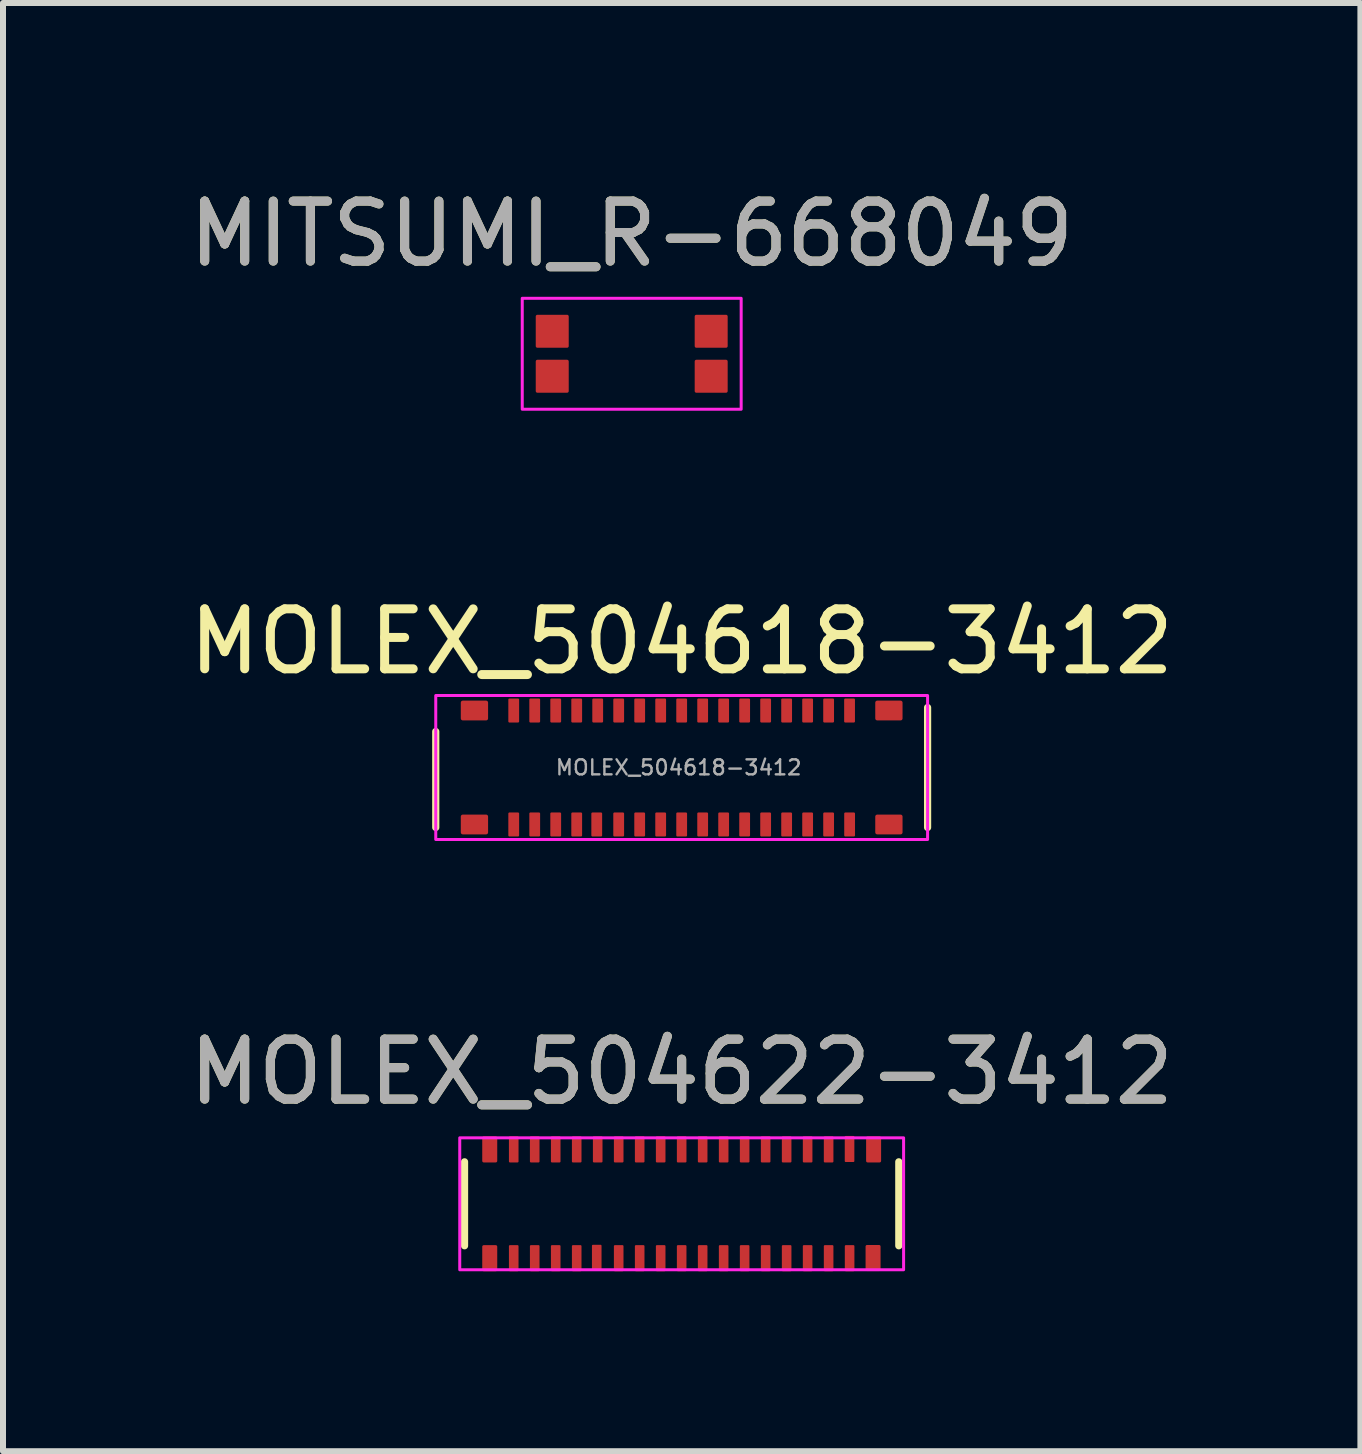
<source format=kicad_pcb>
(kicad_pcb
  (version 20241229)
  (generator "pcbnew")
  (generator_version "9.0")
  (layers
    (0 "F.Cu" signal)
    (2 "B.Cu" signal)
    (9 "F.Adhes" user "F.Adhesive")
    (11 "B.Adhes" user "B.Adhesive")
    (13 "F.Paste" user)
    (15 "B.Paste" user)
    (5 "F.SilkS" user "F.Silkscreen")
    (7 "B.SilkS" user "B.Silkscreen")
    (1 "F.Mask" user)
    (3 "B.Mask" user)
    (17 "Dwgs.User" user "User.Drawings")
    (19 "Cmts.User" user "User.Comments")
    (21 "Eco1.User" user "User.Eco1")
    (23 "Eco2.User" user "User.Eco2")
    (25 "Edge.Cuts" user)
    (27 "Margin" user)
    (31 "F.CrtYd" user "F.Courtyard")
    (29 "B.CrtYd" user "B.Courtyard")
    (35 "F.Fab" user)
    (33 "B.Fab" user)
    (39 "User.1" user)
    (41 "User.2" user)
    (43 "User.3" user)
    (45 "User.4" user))
  (footprint "MITSUMI_R-668049"
    (layer "F.Cu")
    (at 7.482 2.848)
    (property "Reference" "MITSUMI_R-668049" (at 0 -2 0) (unlocked yes) (layer "F.SilkS") (effects (font (size 1 1) (thickness 0.15))))
    (attr smd)
    (fp_rect (start -1.825 -0.925) (end 1.825 0.925) (stroke (width 0.05) (type solid)) (fill no) (layer "F.CrtYd"))
    (fp_text user "${REFERENCE}" (at 0 -2 0) (unlocked yes) (layer "F.Fab") (effects (font (size 1 1) (thickness 0.15))))
    (pad "1" smd roundrect (at -1.325 -0.375) (size 0.55 0.55) (layers "F.Cu" "F.Mask" "F.Paste") (roundrect_rratio 0.05))
    (pad "1" smd roundrect (at -1.325 0.375) (size 0.55 0.55) (layers "F.Cu" "F.Mask" "F.Paste") (roundrect_rratio 0.05))
    (pad "2" smd roundrect (at 1.325 -0.375) (size 0.55 0.55) (layers "F.Cu" "F.Mask" "F.Paste") (roundrect_rratio 0.05))
    (pad "2" smd roundrect (at 1.325 0.375) (size 0.55 0.55) (layers "F.Cu" "F.Mask" "F.Paste") (roundrect_rratio 0.05)))
  (footprint "MOLEX_504622-3412"
    (layer "F.Cu")
    (at 8.315 17.02)
    (property "Reference" "MOLEX_504622-3412" (at 0 -2.2 0) (unlocked yes) (layer "F.SilkS") (effects (font (size 1 1) (thickness 0.15))))
    (attr smd)
    (fp_line (start -3.62 -0.7) (end -3.62 0.7) (stroke (width 0.12) (type solid)) (layer "F.SilkS"))
    (fp_line (start 3.62 -0.7) (end 3.62 0.7) (stroke (width 0.12) (type solid)) (layer "F.SilkS"))
    (fp_rect (start 3.7 1.1) (end -3.7 -1.1) (stroke (width 0.05) (type solid)) (fill no) (layer "F.CrtYd"))
    (fp_text user "${REFERENCE}" (at 0 -2.2 0) (unlocked yes) (layer "F.Fab") (effects (font (size 1 1) (thickness 0.15))))
    (pad "1" smd roundrect (at -2.8 0.907) (size 0.16 0.435) (layers "F.Cu" "F.Mask" "F.Paste") (roundrect_rratio 0.1))
    (pad "2" smd roundrect (at -2.8 -0.907) (size 0.16 0.435) (layers "F.Cu" "F.Mask" "F.Paste") (roundrect_rratio 0.1))
    (pad "3" smd roundrect (at -2.45 0.907) (size 0.16 0.435) (layers "F.Cu" "F.Mask" "F.Paste") (roundrect_rratio 0.1))
    (pad "4" smd roundrect (at -2.45 -0.907) (size 0.16 0.435) (layers "F.Cu" "F.Mask" "F.Paste") (roundrect_rratio 0.1))
    (pad "5" smd roundrect (at -2.1 0.907) (size 0.16 0.435) (layers "F.Cu" "F.Mask" "F.Paste") (roundrect_rratio 0.1))
    (pad "6" smd roundrect (at -2.1 -0.907) (size 0.16 0.435) (layers "F.Cu" "F.Mask" "F.Paste") (roundrect_rratio 0.1))
    (pad "7" smd roundrect (at -1.75 0.907) (size 0.16 0.435) (layers "F.Cu" "F.Mask" "F.Paste") (roundrect_rratio 0.1))
    (pad "8" smd roundrect (at -1.75 -0.907) (size 0.16 0.435) (layers "F.Cu" "F.Mask" "F.Paste") (roundrect_rratio 0.1))
    (pad "9" smd roundrect (at -1.416 0.901) (size 0.16 0.435) (layers "F.Cu" "F.Mask" "F.Paste") (roundrect_rratio 0.1))
    (pad "10" smd roundrect (at -1.4 -0.907) (size 0.16 0.435) (layers "F.Cu" "F.Mask" "F.Paste") (roundrect_rratio 0.1))
    (pad "11" smd roundrect (at -1.05 0.907) (size 0.16 0.435) (layers "F.Cu" "F.Mask" "F.Paste") (roundrect_rratio 0.1))
    (pad "12" smd roundrect (at -1.05 -0.907) (size 0.16 0.435) (layers "F.Cu" "F.Mask" "F.Paste") (roundrect_rratio 0.1))
    (pad "13" smd roundrect (at -0.7 0.907) (size 0.16 0.435) (layers "F.Cu" "F.Mask" "F.Paste") (roundrect_rratio 0.1))
    (pad "14" smd roundrect (at -0.7 -0.907) (size 0.16 0.435) (layers "F.Cu" "F.Mask" "F.Paste") (roundrect_rratio 0.1))
    (pad "15" smd roundrect (at -0.35 0.907) (size 0.16 0.435) (layers "F.Cu" "F.Mask" "F.Paste") (roundrect_rratio 0.1))
    (pad "16" smd roundrect (at -0.35 -0.907) (size 0.16 0.435) (layers "F.Cu" "F.Mask" "F.Paste") (roundrect_rratio 0.1))
    (pad "17" smd roundrect (at 0 0.907) (size 0.16 0.435) (layers "F.Cu" "F.Mask" "F.Paste") (roundrect_rratio 0.1))
    (pad "18" smd roundrect (at 0 -0.907) (size 0.16 0.435) (layers "F.Cu" "F.Mask" "F.Paste") (roundrect_rratio 0.1))
    (pad "19" smd roundrect (at 0.35 0.907) (size 0.16 0.435) (layers "F.Cu" "F.Mask" "F.Paste") (roundrect_rratio 0.1))
    (pad "20" smd roundrect (at 0.35 -0.907) (size 0.16 0.435) (layers "F.Cu" "F.Mask" "F.Paste") (roundrect_rratio 0.1))
    (pad "21" smd roundrect (at 0.7 0.907) (size 0.16 0.435) (layers "F.Cu" "F.Mask" "F.Paste") (roundrect_rratio 0.1))
    (pad "22" smd roundrect (at 0.7 -0.907) (size 0.16 0.435) (layers "F.Cu" "F.Mask" "F.Paste") (roundrect_rratio 0.1))
    (pad "23" smd roundrect (at 1.05 0.907) (size 0.16 0.435) (layers "F.Cu" "F.Mask" "F.Paste") (roundrect_rratio 0.1))
    (pad "24" smd roundrect (at 1.05 -0.907) (size 0.16 0.435) (layers "F.Cu" "F.Mask" "F.Paste") (roundrect_rratio 0.1))
    (pad "25" smd roundrect (at 1.4 0.907) (size 0.16 0.435) (layers "F.Cu" "F.Mask" "F.Paste") (roundrect_rratio 0.1))
    (pad "26" smd roundrect (at 1.4 -0.907) (size 0.16 0.435) (layers "F.Cu" "F.Mask" "F.Paste") (roundrect_rratio 0.1))
    (pad "27" smd roundrect (at 1.75 0.907) (size 0.16 0.435) (layers "F.Cu" "F.Mask" "F.Paste") (roundrect_rratio 0.1))
    (pad "28" smd roundrect (at 1.75 -0.907) (size 0.16 0.435) (layers "F.Cu" "F.Mask" "F.Paste") (roundrect_rratio 0.1))
    (pad "29" smd roundrect (at 2.1 0.907) (size 0.16 0.435) (layers "F.Cu" "F.Mask" "F.Paste") (roundrect_rratio 0.1))
    (pad "30" smd roundrect (at 2.1 -0.907) (size 0.16 0.435) (layers "F.Cu" "F.Mask" "F.Paste") (roundrect_rratio 0.1))
    (pad "31" smd roundrect (at 2.45 0.907) (size 0.16 0.435) (layers "F.Cu" "F.Mask" "F.Paste") (roundrect_rratio 0.1))
    (pad "32" smd roundrect (at 2.45 -0.907) (size 0.16 0.435) (layers "F.Cu" "F.Mask" "F.Paste") (roundrect_rratio 0.1))
    (pad "33" smd roundrect (at 2.8 0.907) (size 0.16 0.435) (layers "F.Cu" "F.Mask" "F.Paste") (roundrect_rratio 0.1))
    (pad "34" smd roundrect (at 2.799 -0.914) (size 0.16 0.435) (layers "F.Cu" "F.Mask" "F.Paste") (roundrect_rratio 0.1))
    (pad "MP1" smd roundrect (at -3.2 0.907) (size 0.25 0.435) (layers "F.Cu" "F.Mask" "F.Paste") (roundrect_rratio 0.1))
    (pad "MP2" smd roundrect (at -3.2 -0.907) (size 0.25 0.435) (layers "F.Cu" "F.Mask" "F.Paste") (roundrect_rratio 0.1))
    (pad "MP3" smd roundrect (at 3.191 0.904) (size 0.25 0.435) (layers "F.Cu" "F.Mask" "F.Paste") (roundrect_rratio 0.1))
    (pad "MP4" smd roundrect (at 3.2 -0.907) (size 0.25 0.435) (layers "F.Cu" "F.Mask" "F.Paste") (roundrect_rratio 0.1)))
  (footprint "MOLEX_504618-3412"
    (layer "F.Cu")
    (at 8.315 9.746)
    (property "Reference" "MOLEX_504618-3412" (at 0 -2.1 0) (unlocked yes) (layer "F.SilkS") (effects (font (size 1 1) (thickness 0.15))))
    (attr smd)
    (fp_line (start -4.1 -0.6) (end -4.1 1) (stroke (width 0.12) (type solid)) (layer "F.SilkS"))
    (fp_line (start 4.1 -1) (end 4.1 1) (stroke (width 0.12) (type solid)) (layer "F.SilkS"))
    (fp_rect (start -4.1 -1.2) (end 4.1 1.2) (stroke (width 0.05) (type default)) (fill no) (layer "F.CrtYd"))
    (fp_text user "${REFERENCE}" (at -0.05 0 0) (unlocked yes) (layer "F.Fab") (effects (font (size 0.25 0.25) (thickness 0.04))))
    (pad "1" smd roundrect (at -2.8 0.95) (size 0.18 0.4) (layers "F.Cu" "F.Mask" "F.Paste") (roundrect_rratio 0.1))
    (pad "2" smd roundrect (at -2.8 -0.95) (size 0.18 0.4) (layers "F.Cu" "F.Mask" "F.Paste") (roundrect_rratio 0.1))
    (pad "3" smd roundrect (at -2.45 0.95) (size 0.18 0.4) (layers "F.Cu" "F.Mask" "F.Paste") (roundrect_rratio 0.1))
    (pad "4" smd roundrect (at -2.45 -0.95) (size 0.18 0.4) (layers "F.Cu" "F.Mask" "F.Paste") (roundrect_rratio 0.1))
    (pad "5" smd roundrect (at -2.1 0.95) (size 0.18 0.4) (layers "F.Cu" "F.Mask" "F.Paste") (roundrect_rratio 0.1))
    (pad "6" smd roundrect (at -2.1 -0.95) (size 0.18 0.4) (layers "F.Cu" "F.Mask" "F.Paste") (roundrect_rratio 0.1))
    (pad "7" smd roundrect (at -1.75 0.95) (size 0.18 0.4) (layers "F.Cu" "F.Mask" "F.Paste") (roundrect_rratio 0.1))
    (pad "8" smd roundrect (at -1.75 -0.95) (size 0.18 0.4) (layers "F.Cu" "F.Mask" "F.Paste") (roundrect_rratio 0.1))
    (pad "9" smd roundrect (at -1.416 0.95) (size 0.18 0.4) (layers "F.Cu" "F.Mask" "F.Paste") (roundrect_rratio 0.1))
    (pad "10" smd roundrect (at -1.4 -0.95) (size 0.18 0.4) (layers "F.Cu" "F.Mask" "F.Paste") (roundrect_rratio 0.1))
    (pad "11" smd roundrect (at -1.05 0.95) (size 0.18 0.4) (layers "F.Cu" "F.Mask" "F.Paste") (roundrect_rratio 0.1))
    (pad "12" smd roundrect (at -1.05 -0.95) (size 0.18 0.4) (layers "F.Cu" "F.Mask" "F.Paste") (roundrect_rratio 0.1))
    (pad "13" smd roundrect (at -0.7 0.95) (size 0.18 0.4) (layers "F.Cu" "F.Mask" "F.Paste") (roundrect_rratio 0.1))
    (pad "14" smd roundrect (at -0.7 -0.95) (size 0.18 0.4) (layers "F.Cu" "F.Mask" "F.Paste") (roundrect_rratio 0.1))
    (pad "15" smd roundrect (at -0.35 0.95) (size 0.18 0.4) (layers "F.Cu" "F.Mask" "F.Paste") (roundrect_rratio 0.1))
    (pad "16" smd roundrect (at -0.35 -0.95) (size 0.18 0.4) (layers "F.Cu" "F.Mask" "F.Paste") (roundrect_rratio 0.1))
    (pad "17" smd roundrect (at 0 0.95) (size 0.18 0.4) (layers "F.Cu" "F.Mask" "F.Paste") (roundrect_rratio 0.1))
    (pad "18" smd roundrect (at 0 -0.95) (size 0.18 0.4) (layers "F.Cu" "F.Mask" "F.Paste") (roundrect_rratio 0.1))
    (pad "19" smd roundrect (at 0.35 0.95) (size 0.18 0.4) (layers "F.Cu" "F.Mask" "F.Paste") (roundrect_rratio 0.1))
    (pad "20" smd roundrect (at 0.35 -0.95) (size 0.18 0.4) (layers "F.Cu" "F.Mask" "F.Paste") (roundrect_rratio 0.1))
    (pad "21" smd roundrect (at 0.7 0.95) (size 0.18 0.4) (layers "F.Cu" "F.Mask" "F.Paste") (roundrect_rratio 0.1))
    (pad "22" smd roundrect (at 0.7 -0.95) (size 0.18 0.4) (layers "F.Cu" "F.Mask" "F.Paste") (roundrect_rratio 0.1))
    (pad "23" smd roundrect (at 1.05 0.95) (size 0.18 0.4) (layers "F.Cu" "F.Mask" "F.Paste") (roundrect_rratio 0.1))
    (pad "24" smd roundrect (at 1.05 -0.95) (size 0.18 0.4) (layers "F.Cu" "F.Mask" "F.Paste") (roundrect_rratio 0.1))
    (pad "25" smd roundrect (at 1.4 0.95) (size 0.18 0.4) (layers "F.Cu" "F.Mask" "F.Paste") (roundrect_rratio 0.1))
    (pad "26" smd roundrect (at 1.4 -0.95) (size 0.18 0.4) (layers "F.Cu" "F.Mask" "F.Paste") (roundrect_rratio 0.1))
    (pad "27" smd roundrect (at 1.75 0.95) (size 0.18 0.4) (layers "F.Cu" "F.Mask" "F.Paste") (roundrect_rratio 0.1))
    (pad "28" smd roundrect (at 1.75 -0.95) (size 0.18 0.4) (layers "F.Cu" "F.Mask" "F.Paste") (roundrect_rratio 0.1))
    (pad "29" smd roundrect (at 2.1 0.95) (size 0.18 0.4) (layers "F.Cu" "F.Mask" "F.Paste") (roundrect_rratio 0.1))
    (pad "30" smd roundrect (at 2.1 -0.95) (size 0.18 0.4) (layers "F.Cu" "F.Mask" "F.Paste") (roundrect_rratio 0.1))
    (pad "31" smd roundrect (at 2.45 0.95) (size 0.18 0.4) (layers "F.Cu" "F.Mask" "F.Paste") (roundrect_rratio 0.1))
    (pad "32" smd roundrect (at 2.45 -0.95) (size 0.18 0.4) (layers "F.Cu" "F.Mask" "F.Paste") (roundrect_rratio 0.1))
    (pad "33" smd roundrect (at 2.8 0.95) (size 0.18 0.4) (layers "F.Cu" "F.Mask" "F.Paste") (roundrect_rratio 0.1))
    (pad "34" smd roundrect (at 2.799 -0.95) (size 0.18 0.4) (layers "F.Cu" "F.Mask" "F.Paste") (roundrect_rratio 0.1))
    (pad "MP1" smd roundrect (at -3.455 0.95) (size 0.455 0.33) (layers "F.Cu" "F.Mask" "F.Paste") (roundrect_rratio 0.1))
    (pad "MP2" smd roundrect (at -3.455 -0.95) (size 0.455 0.33) (layers "F.Cu" "F.Mask" "F.Paste") (roundrect_rratio 0.1))
    (pad "MP3" smd roundrect (at 3.455 0.95) (size 0.455 0.33) (layers "F.Cu" "F.Mask" "F.Paste") (roundrect_rratio 0.1))
    (pad "MP4" smd roundrect (at 3.455 -0.95) (size 0.455 0.33) (layers "F.Cu" "F.Mask" "F.Paste") (roundrect_rratio 0.1)))
  (gr_rect
    (start -3 -3)
    (end 19.631 21.145)
    (stroke (width 0.1) (type default))
    (fill no)
    (layer "Edge.Cuts")))
</source>
